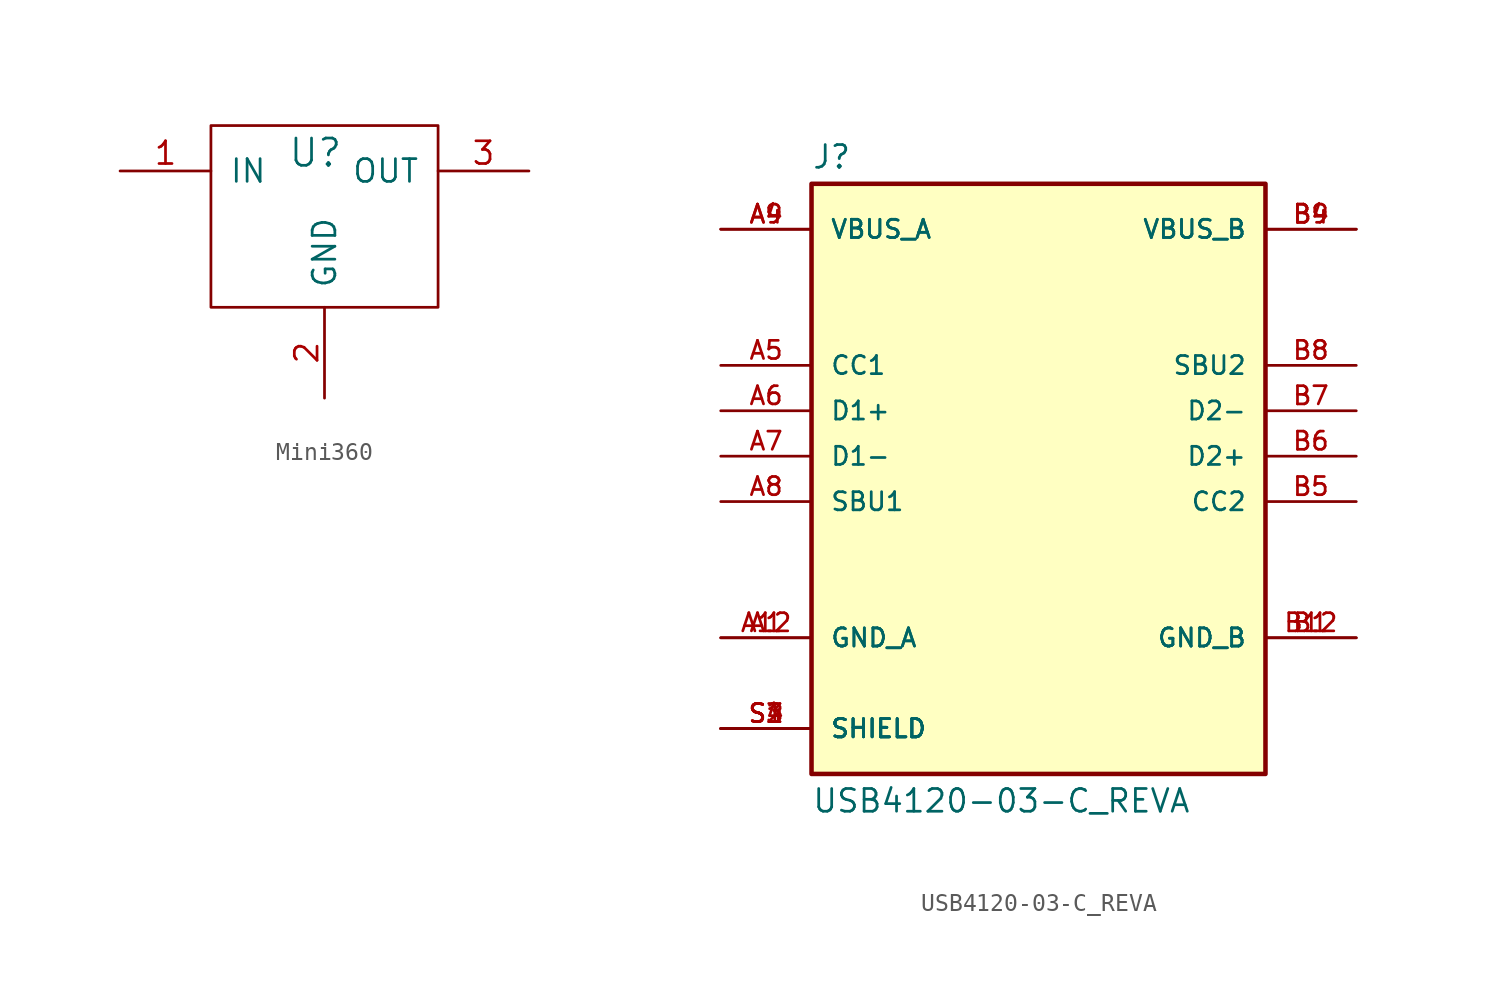
<source format=kicad_sym>
(kicad_symbol_lib
  (version 20231120)
  (generator "kicad_symbol_editor")
  (generator_version "8.0")
  (symbol "Mini360"
    (pin_names
      (offset 1.016))
    (property "Reference" "U"
      (at -4.318 4.826 0)
      (effects (font (size 1.524 1.524))))
    (property "Value" ""
      (at -4.318 7.366 0)
      (effects (font (size 1.524 1.524))))
    (symbol "Mini360_1_1"
      (rectangle (start -10.16 6.35) (end 2.54 -3.81) (stroke (width 0) (type solid)) (fill (type none)))
      (pin power_in line (at -15.24 3.81 0) (length 5.08) (name "IN" (effects (font (size 1.27 1.27)))) (number "1" (effects (font (size 1.27 1.27)))))
      (pin power_out line (at -3.81 -8.89 90) (length 5.08) (name "GND" (effects (font (size 1.27 1.27)))) (number "2" (effects (font (size 1.27 1.27)))))
      (pin power_out line (at 7.62 3.81 180) (length 5.08) (name "OUT" (effects (font (size 1.27 1.27)))) (number "3" (effects (font (size 1.27 1.27)))))))
  (symbol "USB4120-03-C_REVA"
    (pin_names
      (offset 1.016))
    (property "Reference" "J"
      (at -12.7 16.002 0)
      (effects (font (size 1.27 1.27)) (justify left bottom)))
    (property "Value" "USB4120-03-C_REVA"
      (at -12.7 -18.542 0)
      (effects (font (size 1.27 1.27)) (justify left top)))
    (symbol "USB4120-03-C_REVA_0_0"
      (rectangle (start -12.7 -17.78) (end 12.7 15.24) (stroke (width 0.254) (type default)) (fill (type background)))
      (pin power_in line (at -17.78 -10.16 0) (length 5.08) (name "GND_A" (effects (font (size 1.016 1.016)))) (number "A1" (effects (font (size 1.016 1.016)))))
      (pin power_in line (at -17.78 -10.16 0) (length 5.08) (name "GND_A" (effects (font (size 1.016 1.016)))) (number "A12" (effects (font (size 1.016 1.016)))))
      (pin power_in line (at -17.78 12.7 0) (length 5.08) (name "VBUS_A" (effects (font (size 1.016 1.016)))) (number "A4" (effects (font (size 1.016 1.016)))))
      (pin bidirectional line (at -17.78 5.08 0) (length 5.08) (name "CC1" (effects (font (size 1.016 1.016)))) (number "A5" (effects (font (size 1.016 1.016)))))
      (pin bidirectional line (at -17.78 2.54 0) (length 5.08) (name "D1+" (effects (font (size 1.016 1.016)))) (number "A6" (effects (font (size 1.016 1.016)))))
      (pin bidirectional line (at -17.78 0 0) (length 5.08) (name "D1-" (effects (font (size 1.016 1.016)))) (number "A7" (effects (font (size 1.016 1.016)))))
      (pin bidirectional line (at -17.78 -2.54 0) (length 5.08) (name "SBU1" (effects (font (size 1.016 1.016)))) (number "A8" (effects (font (size 1.016 1.016)))))
      (pin power_in line (at -17.78 12.7 0) (length 5.08) (name "VBUS_A" (effects (font (size 1.016 1.016)))) (number "A9" (effects (font (size 1.016 1.016)))))
      (pin power_in line (at 17.78 -10.16 180) (length 5.08) (name "GND_B" (effects (font (size 1.016 1.016)))) (number "B1" (effects (font (size 1.016 1.016)))))
      (pin power_in line (at 17.78 -10.16 180) (length 5.08) (name "GND_B" (effects (font (size 1.016 1.016)))) (number "B12" (effects (font (size 1.016 1.016)))))
      (pin power_in line (at 17.78 12.7 180) (length 5.08) (name "VBUS_B" (effects (font (size 1.016 1.016)))) (number "B4" (effects (font (size 1.016 1.016)))))
      (pin bidirectional line (at 17.78 -2.54 180) (length 5.08) (name "CC2" (effects (font (size 1.016 1.016)))) (number "B5" (effects (font (size 1.016 1.016)))))
      (pin bidirectional line (at 17.78 0 180) (length 5.08) (name "D2+" (effects (font (size 1.016 1.016)))) (number "B6" (effects (font (size 1.016 1.016)))))
      (pin bidirectional line (at 17.78 2.54 180) (length 5.08) (name "D2-" (effects (font (size 1.016 1.016)))) (number "B7" (effects (font (size 1.016 1.016)))))
      (pin bidirectional line (at 17.78 5.08 180) (length 5.08) (name "SBU2" (effects (font (size 1.016 1.016)))) (number "B8" (effects (font (size 1.016 1.016)))))
      (pin power_in line (at 17.78 12.7 180) (length 5.08) (name "VBUS_B" (effects (font (size 1.016 1.016)))) (number "B9" (effects (font (size 1.016 1.016)))))
      (pin passive line (at -17.78 -15.24 0) (length 5.08) (name "SHIELD" (effects (font (size 1.016 1.016)))) (number "S1" (effects (font (size 1.016 1.016)))))
      (pin passive line (at -17.78 -15.24 0) (length 5.08) (name "SHIELD" (effects (font (size 1.016 1.016)))) (number "S2" (effects (font (size 1.016 1.016)))))
      (pin passive line (at -17.78 -15.24 0) (length 5.08) (name "SHIELD" (effects (font (size 1.016 1.016)))) (number "S3" (effects (font (size 1.016 1.016)))))
      (pin passive line (at -17.78 -15.24 0) (length 5.08) (name "SHIELD" (effects (font (size 1.016 1.016)))) (number "S4" (effects (font (size 1.016 1.016))))))))
</source>
